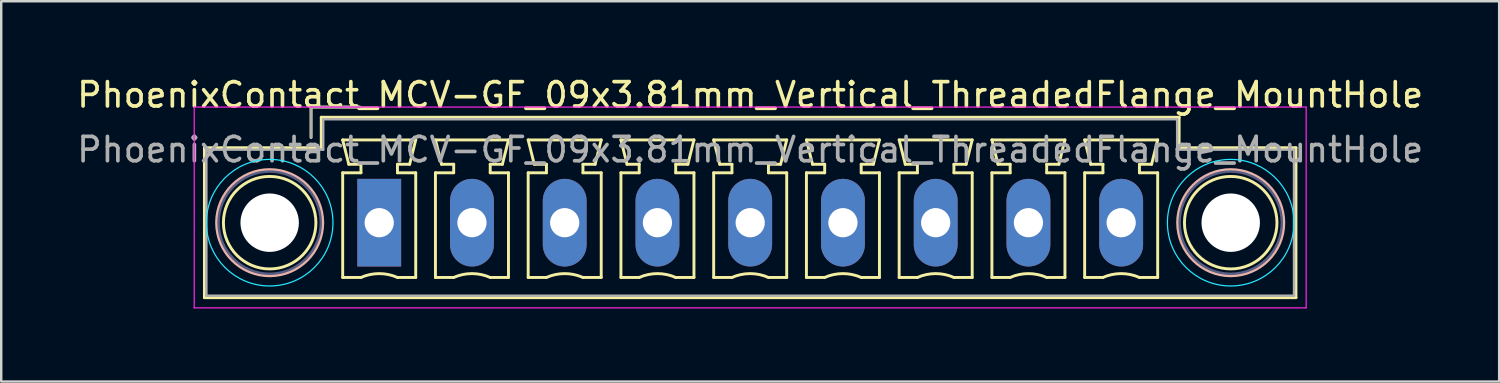
<source format=kicad_pcb>
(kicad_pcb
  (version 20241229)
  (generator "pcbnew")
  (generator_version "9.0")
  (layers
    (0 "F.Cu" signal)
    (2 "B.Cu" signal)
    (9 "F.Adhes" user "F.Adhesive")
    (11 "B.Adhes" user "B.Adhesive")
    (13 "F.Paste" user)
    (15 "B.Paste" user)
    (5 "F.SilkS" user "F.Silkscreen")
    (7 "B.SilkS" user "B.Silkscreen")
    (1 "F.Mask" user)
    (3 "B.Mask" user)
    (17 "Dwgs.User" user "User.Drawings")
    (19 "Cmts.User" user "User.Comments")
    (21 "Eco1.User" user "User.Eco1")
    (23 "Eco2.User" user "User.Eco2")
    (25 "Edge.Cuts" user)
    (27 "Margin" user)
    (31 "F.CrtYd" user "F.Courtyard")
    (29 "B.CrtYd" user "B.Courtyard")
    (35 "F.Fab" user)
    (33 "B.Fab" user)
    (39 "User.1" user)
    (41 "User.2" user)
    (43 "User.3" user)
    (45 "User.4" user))
  (footprint "PhoenixContact_MCV-GF_09x3.81mm_Vertical_ThreadedFlange_MountHole"
    (layer "F.Cu")
    (at 12.528 6.098)
    (property "Reference" "PhoenixContact_MCV-GF_09x3.81mm_Vertical_ThreadedFlange_MountHole" (at 15.24 -5.25 0) (layer "F.SilkS") (effects (font (size 1 1) (thickness 0.15))))
    (attr through_hole)
    (fp_line (start -7.18 -3.08) (end -7.18 3.08) (stroke (width 0.12) (type solid)) (layer "F.SilkS"))
    (fp_line (start -7.18 3.08) (end 37.66 3.08) (stroke (width 0.12) (type solid)) (layer "F.SilkS"))
    (fp_line (start -2.8 -4.75) (end -0.8 -4.75) (stroke (width 0.12) (type solid)) (layer "F.SilkS"))
    (fp_line (start -2.8 -3.5) (end -2.8 -4.75) (stroke (width 0.12) (type solid)) (layer "F.SilkS"))
    (fp_line (start -2.38 -4.33) (end -2.38 -3.08) (stroke (width 0.12) (type solid)) (layer "F.SilkS"))
    (fp_line (start -2.38 -3.08) (end -7.18 -3.08) (stroke (width 0.12) (type solid)) (layer "F.SilkS"))
    (fp_line (start -1.5 -3.4) (end 1.5 -3.4) (stroke (width 0.12) (type solid)) (layer "F.SilkS"))
    (fp_line (start -1.5 -2.05) (end -0.75 -2.05) (stroke (width 0.12) (type solid)) (layer "F.SilkS"))
    (fp_line (start -1.5 2.25) (end -1.5 -2.05) (stroke (width 0.12) (type solid)) (layer "F.SilkS"))
    (fp_line (start -1.25 -2.4) (end -1.5 -3.4) (stroke (width 0.12) (type solid)) (layer "F.SilkS"))
    (fp_line (start -0.75 -2.4) (end -1.25 -2.4) (stroke (width 0.12) (type solid)) (layer "F.SilkS"))
    (fp_line (start -0.75 -2.05) (end -0.75 -2.4) (stroke (width 0.12) (type solid)) (layer "F.SilkS"))
    (fp_line (start -0.75 2.25) (end -1.5 2.25) (stroke (width 0.12) (type solid)) (layer "F.SilkS"))
    (fp_line (start 0.75 -2.4) (end 0.75 -2.05) (stroke (width 0.12) (type solid)) (layer "F.SilkS"))
    (fp_line (start 0.75 -2.05) (end 1.5 -2.05) (stroke (width 0.12) (type solid)) (layer "F.SilkS"))
    (fp_line (start 1.25 -2.4) (end 0.75 -2.4) (stroke (width 0.12) (type solid)) (layer "F.SilkS"))
    (fp_line (start 1.5 -3.4) (end 1.25 -2.4) (stroke (width 0.12) (type solid)) (layer "F.SilkS"))
    (fp_line (start 1.5 -2.05) (end 1.5 2.25) (stroke (width 0.12) (type solid)) (layer "F.SilkS"))
    (fp_line (start 1.5 2.25) (end 0.75 2.25) (stroke (width 0.12) (type solid)) (layer "F.SilkS"))
    (fp_line (start 2.31 -3.4) (end 5.31 -3.4) (stroke (width 0.12) (type solid)) (layer "F.SilkS"))
    (fp_line (start 2.31 -2.05) (end 3.06 -2.05) (stroke (width 0.12) (type solid)) (layer "F.SilkS"))
    (fp_line (start 2.31 2.25) (end 2.31 -2.05) (stroke (width 0.12) (type solid)) (layer "F.SilkS"))
    (fp_line (start 2.56 -2.4) (end 2.31 -3.4) (stroke (width 0.12) (type solid)) (layer "F.SilkS"))
    (fp_line (start 3.06 -2.4) (end 2.56 -2.4) (stroke (width 0.12) (type solid)) (layer "F.SilkS"))
    (fp_line (start 3.06 -2.05) (end 3.06 -2.4) (stroke (width 0.12) (type solid)) (layer "F.SilkS"))
    (fp_line (start 3.06 2.25) (end 2.31 2.25) (stroke (width 0.12) (type solid)) (layer "F.SilkS"))
    (fp_line (start 4.56 -2.4) (end 4.56 -2.05) (stroke (width 0.12) (type solid)) (layer "F.SilkS"))
    (fp_line (start 4.56 -2.05) (end 5.31 -2.05) (stroke (width 0.12) (type solid)) (layer "F.SilkS"))
    (fp_line (start 5.06 -2.4) (end 4.56 -2.4) (stroke (width 0.12) (type solid)) (layer "F.SilkS"))
    (fp_line (start 5.31 -3.4) (end 5.06 -2.4) (stroke (width 0.12) (type solid)) (layer "F.SilkS"))
    (fp_line (start 5.31 -2.05) (end 5.31 2.25) (stroke (width 0.12) (type solid)) (layer "F.SilkS"))
    (fp_line (start 5.31 2.25) (end 4.56 2.25) (stroke (width 0.12) (type solid)) (layer "F.SilkS"))
    (fp_line (start 6.12 -3.4) (end 9.12 -3.4) (stroke (width 0.12) (type solid)) (layer "F.SilkS"))
    (fp_line (start 6.12 -2.05) (end 6.87 -2.05) (stroke (width 0.12) (type solid)) (layer "F.SilkS"))
    (fp_line (start 6.12 2.25) (end 6.12 -2.05) (stroke (width 0.12) (type solid)) (layer "F.SilkS"))
    (fp_line (start 6.37 -2.4) (end 6.12 -3.4) (stroke (width 0.12) (type solid)) (layer "F.SilkS"))
    (fp_line (start 6.87 -2.4) (end 6.37 -2.4) (stroke (width 0.12) (type solid)) (layer "F.SilkS"))
    (fp_line (start 6.87 -2.05) (end 6.87 -2.4) (stroke (width 0.12) (type solid)) (layer "F.SilkS"))
    (fp_line (start 6.87 2.25) (end 6.12 2.25) (stroke (width 0.12) (type solid)) (layer "F.SilkS"))
    (fp_line (start 8.37 -2.4) (end 8.37 -2.05) (stroke (width 0.12) (type solid)) (layer "F.SilkS"))
    (fp_line (start 8.37 -2.05) (end 9.12 -2.05) (stroke (width 0.12) (type solid)) (layer "F.SilkS"))
    (fp_line (start 8.87 -2.4) (end 8.37 -2.4) (stroke (width 0.12) (type solid)) (layer "F.SilkS"))
    (fp_line (start 9.12 -3.4) (end 8.87 -2.4) (stroke (width 0.12) (type solid)) (layer "F.SilkS"))
    (fp_line (start 9.12 -2.05) (end 9.12 2.25) (stroke (width 0.12) (type solid)) (layer "F.SilkS"))
    (fp_line (start 9.12 2.25) (end 8.37 2.25) (stroke (width 0.12) (type solid)) (layer "F.SilkS"))
    (fp_line (start 9.93 -3.4) (end 12.93 -3.4) (stroke (width 0.12) (type solid)) (layer "F.SilkS"))
    (fp_line (start 9.93 -2.05) (end 10.68 -2.05) (stroke (width 0.12) (type solid)) (layer "F.SilkS"))
    (fp_line (start 9.93 2.25) (end 9.93 -2.05) (stroke (width 0.12) (type solid)) (layer "F.SilkS"))
    (fp_line (start 10.18 -2.4) (end 9.93 -3.4) (stroke (width 0.12) (type solid)) (layer "F.SilkS"))
    (fp_line (start 10.68 -2.4) (end 10.18 -2.4) (stroke (width 0.12) (type solid)) (layer "F.SilkS"))
    (fp_line (start 10.68 -2.05) (end 10.68 -2.4) (stroke (width 0.12) (type solid)) (layer "F.SilkS"))
    (fp_line (start 10.68 2.25) (end 9.93 2.25) (stroke (width 0.12) (type solid)) (layer "F.SilkS"))
    (fp_line (start 12.18 -2.4) (end 12.18 -2.05) (stroke (width 0.12) (type solid)) (layer "F.SilkS"))
    (fp_line (start 12.18 -2.05) (end 12.93 -2.05) (stroke (width 0.12) (type solid)) (layer "F.SilkS"))
    (fp_line (start 12.68 -2.4) (end 12.18 -2.4) (stroke (width 0.12) (type solid)) (layer "F.SilkS"))
    (fp_line (start 12.93 -3.4) (end 12.68 -2.4) (stroke (width 0.12) (type solid)) (layer "F.SilkS"))
    (fp_line (start 12.93 -2.05) (end 12.93 2.25) (stroke (width 0.12) (type solid)) (layer "F.SilkS"))
    (fp_line (start 12.93 2.25) (end 12.18 2.25) (stroke (width 0.12) (type solid)) (layer "F.SilkS"))
    (fp_line (start 13.74 -3.4) (end 16.74 -3.4) (stroke (width 0.12) (type solid)) (layer "F.SilkS"))
    (fp_line (start 13.74 -2.05) (end 14.49 -2.05) (stroke (width 0.12) (type solid)) (layer "F.SilkS"))
    (fp_line (start 13.74 2.25) (end 13.74 -2.05) (stroke (width 0.12) (type solid)) (layer "F.SilkS"))
    (fp_line (start 13.99 -2.4) (end 13.74 -3.4) (stroke (width 0.12) (type solid)) (layer "F.SilkS"))
    (fp_line (start 14.49 -2.4) (end 13.99 -2.4) (stroke (width 0.12) (type solid)) (layer "F.SilkS"))
    (fp_line (start 14.49 -2.05) (end 14.49 -2.4) (stroke (width 0.12) (type solid)) (layer "F.SilkS"))
    (fp_line (start 14.49 2.25) (end 13.74 2.25) (stroke (width 0.12) (type solid)) (layer "F.SilkS"))
    (fp_line (start 15.99 -2.4) (end 15.99 -2.05) (stroke (width 0.12) (type solid)) (layer "F.SilkS"))
    (fp_line (start 15.99 -2.05) (end 16.74 -2.05) (stroke (width 0.12) (type solid)) (layer "F.SilkS"))
    (fp_line (start 16.49 -2.4) (end 15.99 -2.4) (stroke (width 0.12) (type solid)) (layer "F.SilkS"))
    (fp_line (start 16.74 -3.4) (end 16.49 -2.4) (stroke (width 0.12) (type solid)) (layer "F.SilkS"))
    (fp_line (start 16.74 -2.05) (end 16.74 2.25) (stroke (width 0.12) (type solid)) (layer "F.SilkS"))
    (fp_line (start 16.74 2.25) (end 15.99 2.25) (stroke (width 0.12) (type solid)) (layer "F.SilkS"))
    (fp_line (start 17.55 -3.4) (end 20.55 -3.4) (stroke (width 0.12) (type solid)) (layer "F.SilkS"))
    (fp_line (start 17.55 -2.05) (end 18.3 -2.05) (stroke (width 0.12) (type solid)) (layer "F.SilkS"))
    (fp_line (start 17.55 2.25) (end 17.55 -2.05) (stroke (width 0.12) (type solid)) (layer "F.SilkS"))
    (fp_line (start 17.8 -2.4) (end 17.55 -3.4) (stroke (width 0.12) (type solid)) (layer "F.SilkS"))
    (fp_line (start 18.3 -2.4) (end 17.8 -2.4) (stroke (width 0.12) (type solid)) (layer "F.SilkS"))
    (fp_line (start 18.3 -2.05) (end 18.3 -2.4) (stroke (width 0.12) (type solid)) (layer "F.SilkS"))
    (fp_line (start 18.3 2.25) (end 17.55 2.25) (stroke (width 0.12) (type solid)) (layer "F.SilkS"))
    (fp_line (start 19.8 -2.4) (end 19.8 -2.05) (stroke (width 0.12) (type solid)) (layer "F.SilkS"))
    (fp_line (start 19.8 -2.05) (end 20.55 -2.05) (stroke (width 0.12) (type solid)) (layer "F.SilkS"))
    (fp_line (start 20.3 -2.4) (end 19.8 -2.4) (stroke (width 0.12) (type solid)) (layer "F.SilkS"))
    (fp_line (start 20.55 -3.4) (end 20.3 -2.4) (stroke (width 0.12) (type solid)) (layer "F.SilkS"))
    (fp_line (start 20.55 -2.05) (end 20.55 2.25) (stroke (width 0.12) (type solid)) (layer "F.SilkS"))
    (fp_line (start 20.55 2.25) (end 19.8 2.25) (stroke (width 0.12) (type solid)) (layer "F.SilkS"))
    (fp_line (start 21.36 -3.4) (end 24.36 -3.4) (stroke (width 0.12) (type solid)) (layer "F.SilkS"))
    (fp_line (start 21.36 -2.05) (end 22.11 -2.05) (stroke (width 0.12) (type solid)) (layer "F.SilkS"))
    (fp_line (start 21.36 2.25) (end 21.36 -2.05) (stroke (width 0.12) (type solid)) (layer "F.SilkS"))
    (fp_line (start 21.61 -2.4) (end 21.36 -3.4) (stroke (width 0.12) (type solid)) (layer "F.SilkS"))
    (fp_line (start 22.11 -2.4) (end 21.61 -2.4) (stroke (width 0.12) (type solid)) (layer "F.SilkS"))
    (fp_line (start 22.11 -2.05) (end 22.11 -2.4) (stroke (width 0.12) (type solid)) (layer "F.SilkS"))
    (fp_line (start 22.11 2.25) (end 21.36 2.25) (stroke (width 0.12) (type solid)) (layer "F.SilkS"))
    (fp_line (start 23.61 -2.4) (end 23.61 -2.05) (stroke (width 0.12) (type solid)) (layer "F.SilkS"))
    (fp_line (start 23.61 -2.05) (end 24.36 -2.05) (stroke (width 0.12) (type solid)) (layer "F.SilkS"))
    (fp_line (start 24.11 -2.4) (end 23.61 -2.4) (stroke (width 0.12) (type solid)) (layer "F.SilkS"))
    (fp_line (start 24.36 -3.4) (end 24.11 -2.4) (stroke (width 0.12) (type solid)) (layer "F.SilkS"))
    (fp_line (start 24.36 -2.05) (end 24.36 2.25) (stroke (width 0.12) (type solid)) (layer "F.SilkS"))
    (fp_line (start 24.36 2.25) (end 23.61 2.25) (stroke (width 0.12) (type solid)) (layer "F.SilkS"))
    (fp_line (start 25.17 -3.4) (end 28.17 -3.4) (stroke (width 0.12) (type solid)) (layer "F.SilkS"))
    (fp_line (start 25.17 -2.05) (end 25.92 -2.05) (stroke (width 0.12) (type solid)) (layer "F.SilkS"))
    (fp_line (start 25.17 2.25) (end 25.17 -2.05) (stroke (width 0.12) (type solid)) (layer "F.SilkS"))
    (fp_line (start 25.42 -2.4) (end 25.17 -3.4) (stroke (width 0.12) (type solid)) (layer "F.SilkS"))
    (fp_line (start 25.92 -2.4) (end 25.42 -2.4) (stroke (width 0.12) (type solid)) (layer "F.SilkS"))
    (fp_line (start 25.92 -2.05) (end 25.92 -2.4) (stroke (width 0.12) (type solid)) (layer "F.SilkS"))
    (fp_line (start 25.92 2.25) (end 25.17 2.25) (stroke (width 0.12) (type solid)) (layer "F.SilkS"))
    (fp_line (start 27.42 -2.4) (end 27.42 -2.05) (stroke (width 0.12) (type solid)) (layer "F.SilkS"))
    (fp_line (start 27.42 -2.05) (end 28.17 -2.05) (stroke (width 0.12) (type solid)) (layer "F.SilkS"))
    (fp_line (start 27.92 -2.4) (end 27.42 -2.4) (stroke (width 0.12) (type solid)) (layer "F.SilkS"))
    (fp_line (start 28.17 -3.4) (end 27.92 -2.4) (stroke (width 0.12) (type solid)) (layer "F.SilkS"))
    (fp_line (start 28.17 -2.05) (end 28.17 2.25) (stroke (width 0.12) (type solid)) (layer "F.SilkS"))
    (fp_line (start 28.17 2.25) (end 27.42 2.25) (stroke (width 0.12) (type solid)) (layer "F.SilkS"))
    (fp_line (start 28.98 -3.4) (end 31.98 -3.4) (stroke (width 0.12) (type solid)) (layer "F.SilkS"))
    (fp_line (start 28.98 -2.05) (end 29.73 -2.05) (stroke (width 0.12) (type solid)) (layer "F.SilkS"))
    (fp_line (start 28.98 2.25) (end 28.98 -2.05) (stroke (width 0.12) (type solid)) (layer "F.SilkS"))
    (fp_line (start 29.23 -2.4) (end 28.98 -3.4) (stroke (width 0.12) (type solid)) (layer "F.SilkS"))
    (fp_line (start 29.73 -2.4) (end 29.23 -2.4) (stroke (width 0.12) (type solid)) (layer "F.SilkS"))
    (fp_line (start 29.73 -2.05) (end 29.73 -2.4) (stroke (width 0.12) (type solid)) (layer "F.SilkS"))
    (fp_line (start 29.73 2.25) (end 28.98 2.25) (stroke (width 0.12) (type solid)) (layer "F.SilkS"))
    (fp_line (start 31.23 -2.4) (end 31.23 -2.05) (stroke (width 0.12) (type solid)) (layer "F.SilkS"))
    (fp_line (start 31.23 -2.05) (end 31.98 -2.05) (stroke (width 0.12) (type solid)) (layer "F.SilkS"))
    (fp_line (start 31.73 -2.4) (end 31.23 -2.4) (stroke (width 0.12) (type solid)) (layer "F.SilkS"))
    (fp_line (start 31.98 -3.4) (end 31.73 -2.4) (stroke (width 0.12) (type solid)) (layer "F.SilkS"))
    (fp_line (start 31.98 -2.05) (end 31.98 2.25) (stroke (width 0.12) (type solid)) (layer "F.SilkS"))
    (fp_line (start 31.98 2.25) (end 31.23 2.25) (stroke (width 0.12) (type solid)) (layer "F.SilkS"))
    (fp_line (start 32.86 -4.33) (end -2.38 -4.33) (stroke (width 0.12) (type solid)) (layer "F.SilkS"))
    (fp_line (start 32.86 -3.08) (end 32.86 -4.33) (stroke (width 0.12) (type solid)) (layer "F.SilkS"))
    (fp_line (start 37.66 -3.08) (end 32.86 -3.08) (stroke (width 0.12) (type solid)) (layer "F.SilkS"))
    (fp_line (start 37.66 3.08) (end 37.66 -3.08) (stroke (width 0.12) (type solid)) (layer "F.SilkS"))
    (fp_arc (start -0.75 2.25) (mid -0.000193 2.09191) (end 0.749647 2.249844) (stroke (width 0.12) (type solid)) (layer "F.SilkS"))
    (fp_arc (start 3.06 2.25) (mid 3.809807 2.09191) (end 4.559647 2.249844) (stroke (width 0.12) (type solid)) (layer "F.SilkS"))
    (fp_arc (start 6.87 2.25) (mid 7.619807 2.09191) (end 8.369647 2.249844) (stroke (width 0.12) (type solid)) (layer "F.SilkS"))
    (fp_arc (start 10.68 2.25) (mid 11.429807 2.09191) (end 12.179647 2.249844) (stroke (width 0.12) (type solid)) (layer "F.SilkS"))
    (fp_arc (start 14.49 2.25) (mid 15.239807 2.09191) (end 15.989647 2.249844) (stroke (width 0.12) (type solid)) (layer "F.SilkS"))
    (fp_arc (start 18.3 2.25) (mid 19.049807 2.09191) (end 19.799647 2.249844) (stroke (width 0.12) (type solid)) (layer "F.SilkS"))
    (fp_arc (start 22.11 2.25) (mid 22.859807 2.09191) (end 23.609647 2.249844) (stroke (width 0.12) (type solid)) (layer "F.SilkS"))
    (fp_arc (start 25.92 2.25) (mid 26.669807 2.09191) (end 27.419647 2.249844) (stroke (width 0.12) (type solid)) (layer "F.SilkS"))
    (fp_arc (start 29.73 2.25) (mid 30.479807 2.09191) (end 31.229647 2.249844) (stroke (width 0.12) (type solid)) (layer "F.SilkS"))
    (fp_circle (center -4.5 0) (end -2.6 0) (stroke (width 0.12) (type solid)) (fill no) (layer "F.SilkS"))
    (fp_circle (center 34.98 0) (end 36.88 0) (stroke (width 0.12) (type solid)) (fill no) (layer "F.SilkS"))
    (fp_circle (center -4.5 0) (end -2.32 0) (stroke (width 0.12) (type solid)) (fill no) (layer "B.SilkS"))
    (fp_circle (center 34.98 0) (end 37.16 0) (stroke (width 0.12) (type solid)) (fill no) (layer "B.SilkS"))
    (fp_circle (center -4.5 0) (end -1.9 0) (stroke (width 0.05) (type solid)) (fill no) (layer "B.CrtYd"))
    (fp_circle (center 34.98 0) (end 37.58 0) (stroke (width 0.05) (type solid)) (fill no) (layer "B.CrtYd"))
    (fp_line (start -7.6 -4.75) (end -7.6 3.5) (stroke (width 0.05) (type solid)) (layer "F.CrtYd"))
    (fp_line (start -7.6 3.5) (end 38.08 3.5) (stroke (width 0.05) (type solid)) (layer "F.CrtYd"))
    (fp_line (start 38.08 -4.75) (end -7.6 -4.75) (stroke (width 0.05) (type solid)) (layer "F.CrtYd"))
    (fp_line (start 38.08 3.5) (end 38.08 -4.75) (stroke (width 0.05) (type solid)) (layer "F.CrtYd"))
    (fp_circle (center -4.5 0) (end -2.4 0) (stroke (width 0.1) (type solid)) (fill no) (layer "B.Fab"))
    (fp_circle (center 34.98 0) (end 37.08 0) (stroke (width 0.1) (type solid)) (fill no) (layer "B.Fab"))
    (fp_line (start -7.1 -3) (end -7.1 3) (stroke (width 0.1) (type solid)) (layer "F.Fab"))
    (fp_line (start -7.1 3) (end 37.58 3) (stroke (width 0.1) (type solid)) (layer "F.Fab"))
    (fp_line (start -2.8 -4.75) (end -0.8 -4.75) (stroke (width 0.1) (type solid)) (layer "F.Fab"))
    (fp_line (start -2.8 -3.5) (end -2.8 -4.75) (stroke (width 0.1) (type solid)) (layer "F.Fab"))
    (fp_line (start -2.3 -4.25) (end -2.3 -3) (stroke (width 0.1) (type solid)) (layer "F.Fab"))
    (fp_line (start -2.3 -3) (end -7.1 -3) (stroke (width 0.1) (type solid)) (layer "F.Fab"))
    (fp_line (start 32.78 -4.25) (end -2.3 -4.25) (stroke (width 0.1) (type solid)) (layer "F.Fab"))
    (fp_line (start 32.78 -3) (end 32.78 -4.25) (stroke (width 0.1) (type solid)) (layer "F.Fab"))
    (fp_line (start 37.58 -3) (end 32.78 -3) (stroke (width 0.1) (type solid)) (layer "F.Fab"))
    (fp_line (start 37.58 3) (end 37.58 -3) (stroke (width 0.1) (type solid)) (layer "F.Fab"))
    (fp_text user "${REFERENCE}" (at 15.24 -3 0) (layer "F.Fab") (effects (font (size 1 1) (thickness 0.15))))
    (pad "" np_thru_hole circle (at -4.5 0) (size 2.4 2.4) (drill 2.4) (layers "*.Cu" "*.Mask"))
    (pad "" np_thru_hole circle (at 34.98 0) (size 2.4 2.4) (drill 2.4) (layers "*.Cu" "*.Mask"))
    (pad "1" thru_hole rect (at 0 0) (size 1.8 3.6) (drill 1.2) (layers "*.Cu" "*.Mask"))
    (pad "2" thru_hole oval (at 3.81 0) (size 1.8 3.6) (drill 1.2) (layers "*.Cu" "*.Mask"))
    (pad "3" thru_hole oval (at 7.62 0) (size 1.8 3.6) (drill 1.2) (layers "*.Cu" "*.Mask"))
    (pad "4" thru_hole oval (at 11.43 0) (size 1.8 3.6) (drill 1.2) (layers "*.Cu" "*.Mask"))
    (pad "5" thru_hole oval (at 15.24 0) (size 1.8 3.6) (drill 1.2) (layers "*.Cu" "*.Mask"))
    (pad "6" thru_hole oval (at 19.05 0) (size 1.8 3.6) (drill 1.2) (layers "*.Cu" "*.Mask"))
    (pad "7" thru_hole oval (at 22.86 0) (size 1.8 3.6) (drill 1.2) (layers "*.Cu" "*.Mask"))
    (pad "8" thru_hole oval (at 26.67 0) (size 1.8 3.6) (drill 1.2) (layers "*.Cu" "*.Mask"))
    (pad "9" thru_hole oval (at 30.48 0) (size 1.8 3.6) (drill 1.2) (layers "*.Cu" "*.Mask")))
  (gr_rect
    (start -3 -3)
    (end 58.536 12.623)
    (stroke (width 0.1) (type default))
    (fill no)
    (layer "Edge.Cuts")))
</source>
